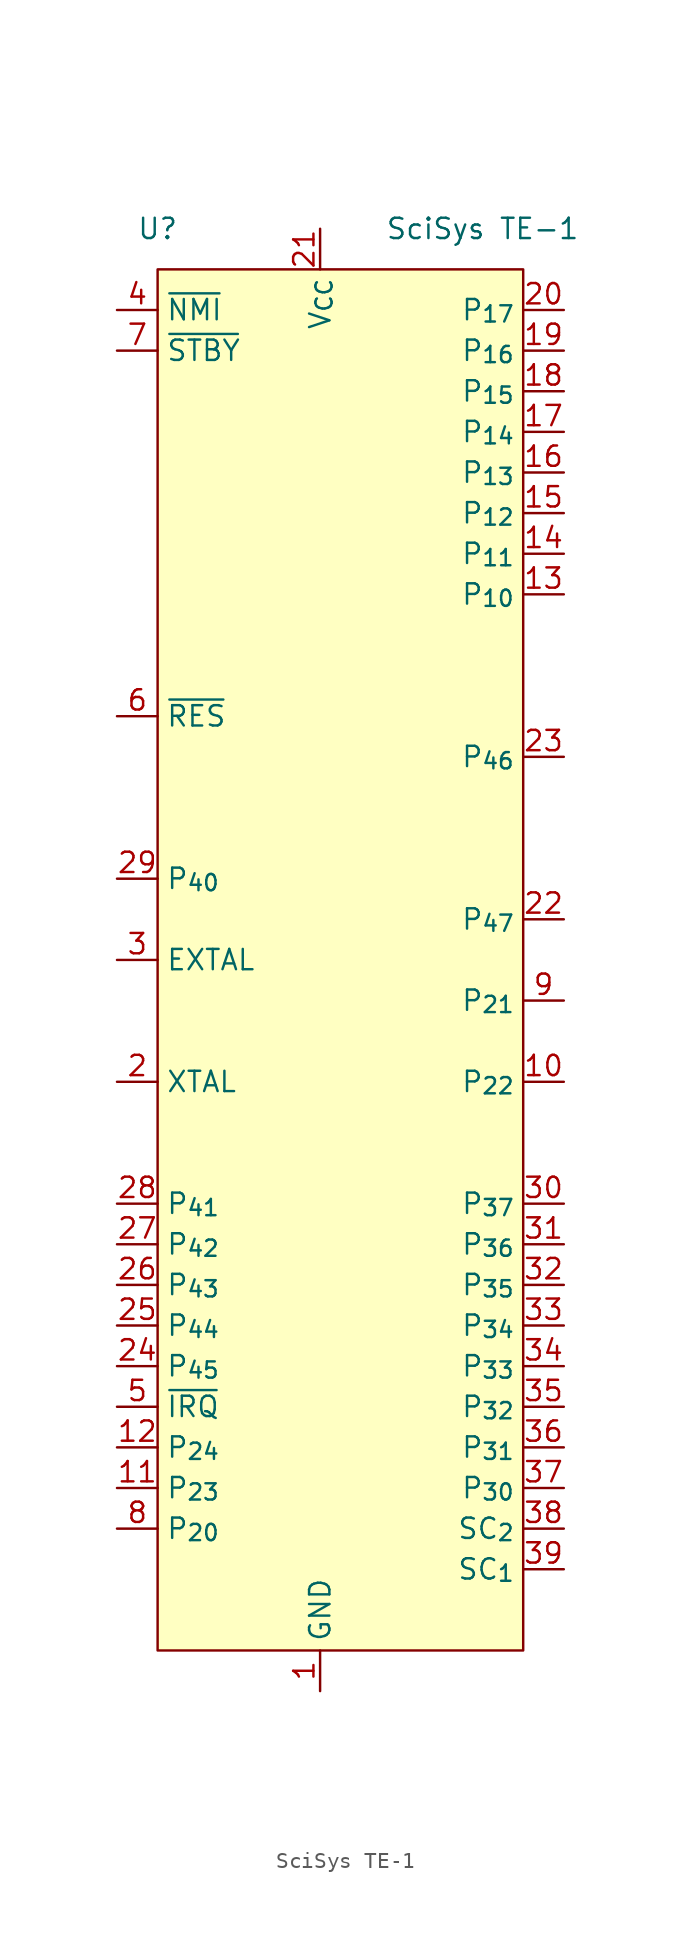
<source format=kicad_sym>
(kicad_symbol_lib
  (version 20241209)
  (generator "kicad_symbol_editor")
  (generator_version "9.0")
  (symbol "SciSys TE-1"
    (property "Reference" "U"
      (at -10.16 -2.54 0)
      (effects (font (size 1.27 1.27))))
    (property "Value" "SciSys TE-1"
      (at 10.16 -2.54 0)
      (effects (font (size 1.27 1.27))))
    (symbol "SciSys TE-1_1_1"
      (text_box "" (at -10.16 -5.08 0) (size 22.86 -86.36) (margins 1.016 1.016 1.016 1.016) (stroke (width 0) (type solid)) (fill (type color) (color 255 255 194 1)) (effects (font (size 1.27 1.27)) (justify left top)))
      (pin input line (at -12.7 -7.62 0) (length 2.54) (name "~{NMI}" (effects (font (size 1.27 1.27)))) (number "4" (effects (font (size 1.27 1.27)))))
      (pin input line (at -12.7 -10.16 0) (length 2.54) (name "~{STBY}" (effects (font (size 1.27 1.27)))) (number "7" (effects (font (size 1.27 1.27)))))
      (pin input line (at -12.7 -33.02 0) (length 2.54) (name "~{RES}" (effects (font (size 1.27 1.27)))) (number "6" (effects (font (size 1.27 1.27)))))
      (pin bidirectional line (at -12.7 -43.18 0) (length 2.54) (name "P_{40}" (effects (font (size 1.27 1.27)))) (number "29" (effects (font (size 1.27 1.27)))))
      (pin passive line (at -12.7 -48.26 0) (length 2.54) (name "EXTAL" (effects (font (size 1.27 1.27)))) (number "3" (effects (font (size 1.27 1.27)))))
      (pin passive line (at -12.7 -55.88 0) (length 2.54) (name "XTAL" (effects (font (size 1.27 1.27)))) (number "2" (effects (font (size 1.27 1.27)))))
      (pin bidirectional line (at -12.7 -63.5 0) (length 2.54) (name "P_{41}" (effects (font (size 1.27 1.27)))) (number "28" (effects (font (size 1.27 1.27)))))
      (pin bidirectional line (at -12.7 -66.04 0) (length 2.54) (name "P_{42}" (effects (font (size 1.27 1.27)))) (number "27" (effects (font (size 1.27 1.27)))))
      (pin bidirectional line (at -12.7 -68.58 0) (length 2.54) (name "P_{43}" (effects (font (size 1.27 1.27)))) (number "26" (effects (font (size 1.27 1.27)))))
      (pin bidirectional line (at -12.7 -71.12 0) (length 2.54) (name "P_{44}" (effects (font (size 1.27 1.27)))) (number "25" (effects (font (size 1.27 1.27)))))
      (pin bidirectional line (at -12.7 -73.66 0) (length 2.54) (name "P_{45}" (effects (font (size 1.27 1.27)))) (number "24" (effects (font (size 1.27 1.27)))))
      (pin input line (at -12.7 -76.2 0) (length 2.54) (name "~{IRQ}" (effects (font (size 1.27 1.27)))) (number "5" (effects (font (size 1.27 1.27)))))
      (pin input line (at -12.7 -78.74 0) (length 2.54) (name "P_{24}" (effects (font (size 1.27 1.27)))) (number "12" (effects (font (size 1.27 1.27)))))
      (pin input line (at -12.7 -81.28 0) (length 2.54) (name "P_{23}" (effects (font (size 1.27 1.27)))) (number "11" (effects (font (size 1.27 1.27)))))
      (pin input line (at -12.7 -83.82 0) (length 2.54) (name "P_{20}" (effects (font (size 1.27 1.27)))) (number "8" (effects (font (size 1.27 1.27)))))
      (pin power_in line (at 0 -2.54 270) (length 2.54) (name "V_{CC}" (effects (font (size 1.27 1.27)))) (number "21" (effects (font (size 1.27 1.27)))))
      (pin power_in line (at 0 -93.98 90) (length 2.54) (name "GND" (effects (font (size 1.27 1.27)))) (number "1" (effects (font (size 1.27 1.27)))))
      (pin bidirectional line (at 15.24 -7.62 180) (length 2.54) (name "P_{17}" (effects (font (size 1.27 1.27)))) (number "20" (effects (font (size 1.27 1.27)))))
      (pin bidirectional line (at 15.24 -10.16 180) (length 2.54) (name "P_{16}" (effects (font (size 1.27 1.27)))) (number "19" (effects (font (size 1.27 1.27)))))
      (pin bidirectional line (at 15.24 -12.7 180) (length 2.54) (name "P_{15}" (effects (font (size 1.27 1.27)))) (number "18" (effects (font (size 1.27 1.27)))))
      (pin bidirectional line (at 15.24 -15.24 180) (length 2.54) (name "P_{14}" (effects (font (size 1.27 1.27)))) (number "17" (effects (font (size 1.27 1.27)))))
      (pin bidirectional line (at 15.24 -17.78 180) (length 2.54) (name "P_{13}" (effects (font (size 1.27 1.27)))) (number "16" (effects (font (size 1.27 1.27)))))
      (pin bidirectional line (at 15.24 -20.32 180) (length 2.54) (name "P_{12}" (effects (font (size 1.27 1.27)))) (number "15" (effects (font (size 1.27 1.27)))))
      (pin bidirectional line (at 15.24 -22.86 180) (length 2.54) (name "P_{11}" (effects (font (size 1.27 1.27)))) (number "14" (effects (font (size 1.27 1.27)))))
      (pin bidirectional line (at 15.24 -25.4 180) (length 2.54) (name "P_{10}" (effects (font (size 1.27 1.27)))) (number "13" (effects (font (size 1.27 1.27)))))
      (pin bidirectional line (at 15.24 -35.56 180) (length 2.54) (name "P_{46}" (effects (font (size 1.27 1.27)))) (number "23" (effects (font (size 1.27 1.27)))))
      (pin bidirectional line (at 15.24 -45.72 180) (length 2.54) (name "P_{47}" (effects (font (size 1.27 1.27)))) (number "22" (effects (font (size 1.27 1.27)))))
      (pin bidirectional line (at 15.24 -50.8 180) (length 2.54) (name "P_{21}" (effects (font (size 1.27 1.27)))) (number "9" (effects (font (size 1.27 1.27)))))
      (pin bidirectional line (at 15.24 -55.88 180) (length 2.54) (name "P_{22}" (effects (font (size 1.27 1.27)))) (number "10" (effects (font (size 1.27 1.27)))))
      (pin bidirectional line (at 15.24 -63.5 180) (length 2.54) (name "P_{37}" (effects (font (size 1.27 1.27)))) (number "30" (effects (font (size 1.27 1.27)))))
      (pin bidirectional line (at 15.24 -66.04 180) (length 2.54) (name "P_{36}" (effects (font (size 1.27 1.27)))) (number "31" (effects (font (size 1.27 1.27)))))
      (pin bidirectional line (at 15.24 -68.58 180) (length 2.54) (name "P_{35}" (effects (font (size 1.27 1.27)))) (number "32" (effects (font (size 1.27 1.27)))))
      (pin bidirectional line (at 15.24 -71.12 180) (length 2.54) (name "P_{34}" (effects (font (size 1.27 1.27)))) (number "33" (effects (font (size 1.27 1.27)))))
      (pin bidirectional line (at 15.24 -73.66 180) (length 2.54) (name "P_{33}" (effects (font (size 1.27 1.27)))) (number "34" (effects (font (size 1.27 1.27)))))
      (pin bidirectional line (at 15.24 -76.2 180) (length 2.54) (name "P_{32}" (effects (font (size 1.27 1.27)))) (number "35" (effects (font (size 1.27 1.27)))))
      (pin bidirectional line (at 15.24 -78.74 180) (length 2.54) (name "P_{31}" (effects (font (size 1.27 1.27)))) (number "36" (effects (font (size 1.27 1.27)))))
      (pin bidirectional line (at 15.24 -81.28 180) (length 2.54) (name "P_{30}" (effects (font (size 1.27 1.27)))) (number "37" (effects (font (size 1.27 1.27)))))
      (pin output line (at 15.24 -83.82 180) (length 2.54) (name "SC_{2}" (effects (font (size 1.27 1.27)))) (number "38" (effects (font (size 1.27 1.27)))))
      (pin input line (at 15.24 -86.36 180) (length 2.54) (name "SC_{1}" (effects (font (size 1.27 1.27)))) (number "39" (effects (font (size 1.27 1.27))))))))
</source>
